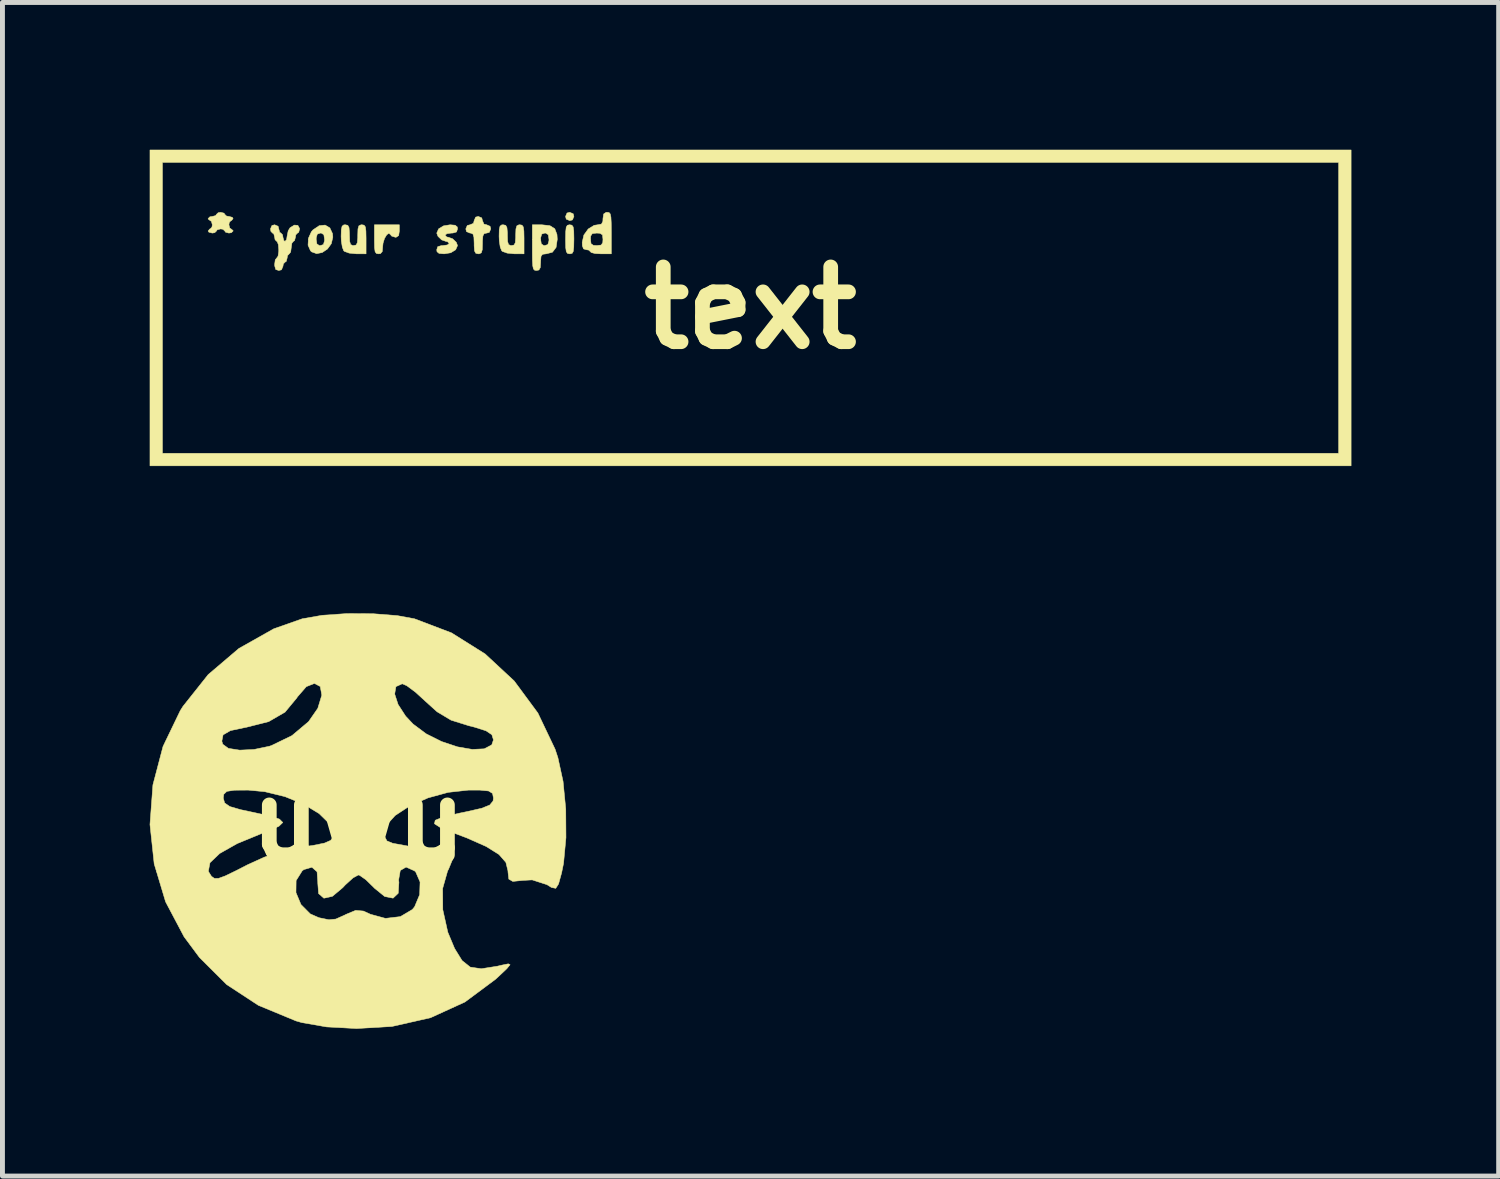
<source format=kicad_pcb>
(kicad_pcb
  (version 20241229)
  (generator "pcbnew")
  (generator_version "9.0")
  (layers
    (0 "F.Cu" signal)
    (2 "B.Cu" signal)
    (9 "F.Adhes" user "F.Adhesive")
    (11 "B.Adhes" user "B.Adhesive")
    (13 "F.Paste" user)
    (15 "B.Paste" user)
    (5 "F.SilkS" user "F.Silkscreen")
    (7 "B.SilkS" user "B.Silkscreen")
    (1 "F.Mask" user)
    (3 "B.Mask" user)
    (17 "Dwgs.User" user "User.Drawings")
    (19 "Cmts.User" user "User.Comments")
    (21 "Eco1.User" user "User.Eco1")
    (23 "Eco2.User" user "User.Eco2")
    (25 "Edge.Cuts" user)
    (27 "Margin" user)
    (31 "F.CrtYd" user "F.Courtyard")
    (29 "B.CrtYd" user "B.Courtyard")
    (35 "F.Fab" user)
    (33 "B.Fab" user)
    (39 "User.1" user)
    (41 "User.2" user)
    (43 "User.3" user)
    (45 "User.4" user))
  (footprint "uwu"
    (layer "F.Cu")
    (at 4.25 13.673)
    (property "Reference" "uwu" (at 0 0 0) (layer "F.SilkS") (effects (font (size 1.524 1.524) (thickness 0.3))))
    (attr through_hole)
    (fp_poly (pts (xy 0.3 -4.221) (xy 0.795 -4.182) (xy 1.143 -4.118) (xy 1.898 -3.831) (xy 2.582 -3.402) (xy 3.175 -2.851) (xy 3.657 -2.198) (xy 4.007 -1.463) (xy 4.065 -1.288) (xy 4.17 -0.806) (xy 4.225 -0.24) (xy 4.229 0.34) (xy 4.18 0.863) (xy 4.14 1.059) (xy 4.078 1.284) (xy 4.021 1.373) (xy 3.933 1.355) (xy 3.842 1.298) (xy 3.541 1.201) (xy 3.343 1.212) (xy 3.146 1.232) (xy 3.065 1.185) (xy 3.048 1.037) (xy 3.048 1.019) (xy 3.005 0.844) (xy 2.864 0.683) (xy 2.605 0.521) (xy 2.21 0.346) (xy 1.948 0.247) (xy 1.679 0.14) (xy 1.55 0.057) (xy 1.566 -0.014) (xy 1.735 -0.082) (xy 2.063 -0.159) (xy 2.214 -0.19) (xy 2.512 -0.258) (xy 2.677 -0.324) (xy 2.744 -0.406) (xy 2.752 -0.466) (xy 2.734 -0.56) (xy 2.654 -0.61) (xy 2.474 -0.628) (xy 2.244 -0.628) (xy 1.829 -0.582) (xy 1.42 -0.47) (xy 1.049 -0.307) (xy 0.751 -0.112) (xy 0.561 0.098) (xy 0.508 0.267) (xy 0.582 0.407) (xy 0.699 0.455) (xy 1.179 0.543) (xy 1.517 0.608) (xy 1.736 0.653) (xy 1.862 0.683) (xy 1.917 0.705) (xy 1.923 0.71) (xy 1.912 0.801) (xy 1.839 0.979) (xy 1.817 1.022) (xy 1.717 1.376) (xy 1.72 1.808) (xy 1.822 2.267) (xy 1.96 2.597) (xy 2.113 2.845) (xy 2.28 2.978) (xy 2.505 3.011) (xy 2.833 2.959) (xy 2.921 2.938) (xy 3.054 2.911) (xy 3.091 2.928) (xy 3.024 3.01) (xy 2.843 3.181) (xy 2.794 3.226) (xy 2.171 3.689) (xy 1.47 4.009) (xy 0.684 4.187) (xy -0.037 4.229) (xy -0.646 4.196) (xy -1.151 4.108) (xy -1.27 4.074) (xy -2.036 3.757) (xy -2.683 3.333) (xy -3.237 2.781) (xy -3.55 2.36) (xy -3.927 1.647) (xy -3.983 1.46) (xy -1.271 1.46) (xy -1.169 1.703) (xy -0.979 1.894) (xy -0.804 1.971) (xy -0.601 2.013) (xy -0.46 1.999) (xy -0.281 1.919) (xy -0.25 1.903) (xy -0.055 1.822) (xy 0.104 1.836) (xy 0.248 1.902) (xy 0.552 1.985) (xy 0.856 1.949) (xy 1.099 1.805) (xy 1.146 1.748) (xy 1.249 1.502) (xy 1.257 1.243) (xy 1.169 1.041) (xy 1.144 1.017) (xy 0.972 0.94) (xy 0.854 1.009) (xy 0.82 1.203) (xy 0.826 1.25) (xy 0.812 1.474) (xy 0.707 1.573) (xy 0.536 1.539) (xy 0.326 1.368) (xy 0.319 1.36) (xy 0.153 1.197) (xy 0.024 1.107) (xy 0 1.101) (xy -0.107 1.159) (xy -0.267 1.304) (xy -0.319 1.36) (xy -0.529 1.536) (xy -0.702 1.574) (xy -0.81 1.48) (xy -0.827 1.259) (xy -0.826 1.25) (xy -0.841 1.036) (xy -0.946 0.943) (xy -1.11 0.991) (xy -1.144 1.017) (xy -1.268 1.215) (xy -1.271 1.46) (xy -3.983 1.46) (xy -4.113 1.027) (xy -3.056 1.027) (xy -2.992 1.129) (xy -2.933 1.17) (xy -2.851 1.171) (xy -2.711 1.12) (xy -2.478 1.007) (xy -2.261 0.895) (xy -1.918 0.739) (xy -1.566 0.614) (xy -1.297 0.552) (xy -0.925 0.499) (xy -0.691 0.452) (xy -0.565 0.397) (xy -0.514 0.326) (xy -0.508 0.267) (xy -0.587 0.058) (xy -0.8 -0.15) (xy -1.113 -0.34) (xy -1.494 -0.495) (xy -1.907 -0.596) (xy -2.244 -0.628) (xy -2.527 -0.626) (xy -2.68 -0.602) (xy -2.742 -0.542) (xy -2.752 -0.466) (xy -2.724 -0.366) (xy -2.618 -0.293) (xy -2.397 -0.229) (xy -2.214 -0.19) (xy -1.83 -0.107) (xy -1.607 -0.037) (xy -1.539 0.032) (xy -1.619 0.109) (xy -1.84 0.207) (xy -1.948 0.247) (xy -2.466 0.46) (xy -2.825 0.663) (xy -3.023 0.852) (xy -3.056 1.027) (xy -4.113 1.027) (xy -4.159 0.876) (xy -4.245 0.073) (xy -4.185 -0.734) (xy -3.979 -1.517) (xy -3.927 -1.626) (xy -2.781 -1.626) (xy -2.762 -1.562) (xy -2.647 -1.478) (xy -2.418 -1.442) (xy -2.125 -1.456) (xy -1.814 -1.521) (xy -1.769 -1.536) (xy -1.353 -1.738) (xy -1.013 -2.024) (xy -0.826 -2.294) (xy -0.744 -2.564) (xy -0.748 -2.585) (xy 0.74 -2.585) (xy 0.809 -2.373) (xy 0.963 -2.135) (xy 1.114 -1.974) (xy 1.382 -1.774) (xy 1.696 -1.617) (xy 2.02 -1.509) (xy 2.321 -1.457) (xy 2.564 -1.469) (xy 2.717 -1.549) (xy 2.752 -1.651) (xy 2.72 -1.756) (xy 2.601 -1.836) (xy 2.361 -1.912) (xy 2.249 -1.94) (xy 1.888 -2.053) (xy 1.603 -2.224) (xy 1.379 -2.426) (xy 1.166 -2.621) (xy 0.986 -2.755) (xy 0.894 -2.794) (xy 0.765 -2.736) (xy 0.74 -2.585) (xy -0.748 -2.585) (xy -0.777 -2.739) (xy -0.894 -2.801) (xy -1.06 -2.736) (xy -1.242 -2.526) (xy -1.256 -2.503) (xy -1.494 -2.216) (xy -1.827 -2.023) (xy -2.286 -1.907) (xy -2.309 -1.903) (xy -2.606 -1.84) (xy -2.756 -1.753) (xy -2.781 -1.626) (xy -3.927 -1.626) (xy -3.627 -2.248) (xy -3.572 -2.335) (xy -3.059 -2.981) (xy -2.434 -3.513) (xy -1.723 -3.914) (xy -1.143 -4.118) (xy -0.737 -4.189) (xy -0.233 -4.224) (xy 0.3 -4.221)) (stroke (width 0.01) (type solid)) (fill yes) (layer "F.SilkS")))
  (footprint "text"
    (layer "F.Cu")
    (at 12.239 3.222)
    (property "Reference" "text" (at 0 0 0) (layer "F.SilkS") (effects (font (size 1.524 1.524) (thickness 0.3))))
    (attr through_hole)
    (fp_poly (pts (xy -3.612 -1.917) (xy -3.598 -1.863) (xy -3.628 -1.792) (xy -3.683 -1.778) (xy -3.754 -1.808) (xy -3.768 -1.863) (xy -3.738 -1.933) (xy -3.683 -1.947) (xy -3.612 -1.917)) (stroke (width 0.01) (type solid)) (fill yes) (layer "F.SilkS"))
    (fp_poly (pts (xy 12.234 3.217) (xy -12.234 3.217) (xy -12.234 -2.963) (xy -11.98 -2.963) (xy -11.98 2.963) (xy 11.98 2.963) (xy 11.98 -2.963) (xy -11.98 -2.963) (xy -12.234 -2.963) (xy -12.234 -3.217) (xy 12.234 -3.217) (xy 12.234 3.217)) (stroke (width 0.01) (type solid)) (fill yes) (layer "F.SilkS"))
    (fp_poly (pts (xy -3.639 -1.685) (xy -3.613 -1.649) (xy -3.601 -1.567) (xy -3.598 -1.421) (xy -3.598 -1.397) (xy -3.601 -1.241) (xy -3.611 -1.152) (xy -3.634 -1.111) (xy -3.676 -1.101) (xy -3.683 -1.101) (xy -3.727 -1.109) (xy -3.753 -1.145) (xy -3.765 -1.227) (xy -3.768 -1.373) (xy -3.768 -1.397) (xy -3.765 -1.553) (xy -3.755 -1.642) (xy -3.732 -1.683) (xy -3.69 -1.693) (xy -3.683 -1.693) (xy -3.639 -1.685)) (stroke (width 0.01) (type solid)) (fill yes) (layer "F.SilkS"))
    (fp_poly (pts (xy -7.154 -1.566) (xy -7.168 -1.473) (xy -7.218 -1.44) (xy -7.235 -1.439) (xy -7.311 -1.463) (xy -7.334 -1.492) (xy -7.367 -1.521) (xy -7.411 -1.489) (xy -7.456 -1.415) (xy -7.486 -1.318) (xy -7.493 -1.252) (xy -7.502 -1.148) (xy -7.538 -1.106) (xy -7.578 -1.101) (xy -7.622 -1.109) (xy -7.648 -1.145) (xy -7.659 -1.227) (xy -7.662 -1.373) (xy -7.662 -1.397) (xy -7.662 -1.693) (xy -7.154 -1.693) (xy -7.154 -1.566)) (stroke (width 0.01) (type solid)) (fill yes) (layer "F.SilkS"))
    (fp_poly (pts (xy -8.57 -1.63) (xy -8.515 -1.512) (xy -8.509 -1.44) (xy -8.54 -1.308) (xy -8.618 -1.2) (xy -8.725 -1.128) (xy -8.839 -1.105) (xy -8.942 -1.142) (xy -8.964 -1.164) (xy -9.014 -1.278) (xy -9.007 -1.397) (xy -8.848 -1.397) (xy -8.834 -1.304) (xy -8.785 -1.271) (xy -8.763 -1.27) (xy -8.701 -1.29) (xy -8.679 -1.364) (xy -8.678 -1.397) (xy -8.692 -1.49) (xy -8.741 -1.523) (xy -8.763 -1.524) (xy -8.825 -1.504) (xy -8.847 -1.43) (xy -8.848 -1.397) (xy -9.007 -1.397) (xy -9.006 -1.418) (xy -8.946 -1.551) (xy -8.913 -1.589) (xy -8.786 -1.675) (xy -8.666 -1.687) (xy -8.57 -1.63)) (stroke (width 0.01) (type solid)) (fill yes) (layer "F.SilkS"))
    (fp_poly (pts (xy -5.475 -1.833) (xy -5.461 -1.778) (xy -5.431 -1.707) (xy -5.376 -1.693) (xy -5.306 -1.663) (xy -5.292 -1.609) (xy -5.322 -1.538) (xy -5.376 -1.524) (xy -5.427 -1.513) (xy -5.452 -1.466) (xy -5.461 -1.361) (xy -5.461 -1.312) (xy -5.465 -1.185) (xy -5.484 -1.122) (xy -5.526 -1.102) (xy -5.546 -1.101) (xy -5.596 -1.112) (xy -5.622 -1.159) (xy -5.63 -1.263) (xy -5.63 -1.312) (xy -5.635 -1.439) (xy -5.654 -1.503) (xy -5.695 -1.523) (xy -5.715 -1.524) (xy -5.786 -1.554) (xy -5.8 -1.609) (xy -5.77 -1.679) (xy -5.715 -1.693) (xy -5.644 -1.723) (xy -5.63 -1.778) (xy -5.6 -1.849) (xy -5.546 -1.863) (xy -5.475 -1.833)) (stroke (width 0.01) (type solid)) (fill yes) (layer "F.SilkS"))
    (fp_poly (pts (xy -7.872 -1.685) (xy -7.846 -1.649) (xy -7.835 -1.567) (xy -7.832 -1.421) (xy -7.832 -1.397) (xy -7.832 -1.101) (xy -8.033 -1.102) (xy -8.176 -1.116) (xy -8.272 -1.151) (xy -8.287 -1.164) (xy -8.316 -1.238) (xy -8.336 -1.364) (xy -8.34 -1.459) (xy -8.336 -1.594) (xy -8.32 -1.665) (xy -8.285 -1.691) (xy -8.255 -1.693) (xy -8.204 -1.682) (xy -8.179 -1.635) (xy -8.171 -1.531) (xy -8.17 -1.482) (xy -8.166 -1.355) (xy -8.147 -1.291) (xy -8.105 -1.271) (xy -8.086 -1.27) (xy -8.035 -1.281) (xy -8.01 -1.328) (xy -8.001 -1.433) (xy -8.001 -1.482) (xy -7.997 -1.609) (xy -7.978 -1.672) (xy -7.936 -1.692) (xy -7.916 -1.693) (xy -7.872 -1.685)) (stroke (width 0.01) (type solid)) (fill yes) (layer "F.SilkS"))
    (fp_poly (pts (xy -4.655 -1.685) (xy -4.629 -1.649) (xy -4.617 -1.567) (xy -4.614 -1.421) (xy -4.614 -1.397) (xy -4.614 -1.101) (xy -4.815 -1.102) (xy -4.958 -1.116) (xy -5.055 -1.151) (xy -5.069 -1.164) (xy -5.099 -1.238) (xy -5.118 -1.364) (xy -5.122 -1.459) (xy -5.119 -1.594) (xy -5.103 -1.665) (xy -5.068 -1.691) (xy -5.038 -1.693) (xy -4.987 -1.682) (xy -4.962 -1.635) (xy -4.953 -1.531) (xy -4.953 -1.482) (xy -4.949 -1.355) (xy -4.93 -1.291) (xy -4.888 -1.271) (xy -4.868 -1.27) (xy -4.818 -1.281) (xy -4.792 -1.328) (xy -4.784 -1.433) (xy -4.784 -1.482) (xy -4.779 -1.609) (xy -4.76 -1.672) (xy -4.719 -1.692) (xy -4.699 -1.693) (xy -4.655 -1.685)) (stroke (width 0.01) (type solid)) (fill yes) (layer "F.SilkS"))
    (fp_poly (pts (xy -6.017 -1.684) (xy -5.974 -1.649) (xy -5.969 -1.609) (xy -5.989 -1.547) (xy -6.063 -1.525) (xy -6.096 -1.524) (xy -6.185 -1.512) (xy -6.223 -1.482) (xy -6.223 -1.482) (xy -6.189 -1.445) (xy -6.156 -1.439) (xy -6.069 -1.408) (xy -5.994 -1.336) (xy -5.969 -1.27) (xy -6.007 -1.184) (xy -6.107 -1.123) (xy -6.241 -1.101) (xy -6.345 -1.11) (xy -6.387 -1.145) (xy -6.392 -1.185) (xy -6.372 -1.247) (xy -6.298 -1.269) (xy -6.265 -1.27) (xy -6.176 -1.282) (xy -6.138 -1.312) (xy -6.138 -1.312) (xy -6.173 -1.349) (xy -6.205 -1.355) (xy -6.293 -1.386) (xy -6.367 -1.458) (xy -6.392 -1.524) (xy -6.354 -1.61) (xy -6.254 -1.671) (xy -6.12 -1.693) (xy -6.017 -1.684)) (stroke (width 0.01) (type solid)) (fill yes) (layer "F.SilkS"))
    (fp_poly (pts (xy -4.087 -1.675) (xy -3.988 -1.613) (xy -3.943 -1.495) (xy -3.937 -1.397) (xy -3.961 -1.232) (xy -4.036 -1.134) (xy -4.163 -1.101) (xy -4.167 -1.101) (xy -4.237 -1.092) (xy -4.268 -1.05) (xy -4.276 -0.95) (xy -4.276 -0.931) (xy -4.283 -0.821) (xy -4.311 -0.772) (xy -4.36 -0.762) (xy -4.397 -0.767) (xy -4.422 -0.793) (xy -4.436 -0.854) (xy -4.443 -0.965) (xy -4.445 -1.14) (xy -4.445 -1.228) (xy -4.445 -1.397) (xy -4.276 -1.397) (xy -4.262 -1.304) (xy -4.213 -1.271) (xy -4.191 -1.27) (xy -4.129 -1.29) (xy -4.107 -1.364) (xy -4.106 -1.397) (xy -4.12 -1.49) (xy -4.169 -1.523) (xy -4.191 -1.524) (xy -4.253 -1.504) (xy -4.275 -1.43) (xy -4.276 -1.397) (xy -4.445 -1.397) (xy -4.445 -1.693) (xy -4.251 -1.693) (xy -4.087 -1.675)) (stroke (width 0.01) (type solid)) (fill yes) (layer "F.SilkS"))
    (fp_poly (pts (xy -10.726 -1.93) (xy -10.71 -1.905) (xy -10.675 -1.871) (xy -10.626 -1.863) (xy -10.557 -1.845) (xy -10.541 -1.82) (xy -10.573 -1.779) (xy -10.583 -1.778) (xy -10.618 -1.743) (xy -10.626 -1.693) (xy -10.608 -1.625) (xy -10.583 -1.609) (xy -10.542 -1.576) (xy -10.541 -1.566) (xy -10.576 -1.532) (xy -10.626 -1.524) (xy -10.694 -1.542) (xy -10.71 -1.566) (xy -10.746 -1.601) (xy -10.795 -1.609) (xy -10.864 -1.591) (xy -10.88 -1.566) (xy -10.915 -1.532) (xy -10.964 -1.524) (xy -11.033 -1.542) (xy -11.049 -1.566) (xy -11.017 -1.607) (xy -11.007 -1.609) (xy -10.972 -1.644) (xy -10.964 -1.693) (xy -10.982 -1.762) (xy -11.007 -1.778) (xy -11.048 -1.81) (xy -11.049 -1.82) (xy -11.014 -1.855) (xy -10.964 -1.863) (xy -10.896 -1.88) (xy -10.88 -1.905) (xy -10.844 -1.939) (xy -10.795 -1.947) (xy -10.726 -1.93)) (stroke (width 0.01) (type solid)) (fill yes) (layer "F.SilkS"))
    (fp_poly (pts (xy -2.882 -1.942) (xy -2.858 -1.914) (xy -2.844 -1.849) (xy -2.838 -1.732) (xy -2.836 -1.547) (xy -2.836 -1.524) (xy -2.836 -1.101) (xy -3.048 -1.101) (xy -3.169 -1.108) (xy -3.245 -1.128) (xy -3.26 -1.143) (xy -3.295 -1.177) (xy -3.344 -1.185) (xy -3.402 -1.202) (xy -3.426 -1.266) (xy -3.429 -1.335) (xy -3.415 -1.397) (xy -3.26 -1.397) (xy -3.249 -1.307) (xy -3.2 -1.274) (xy -3.133 -1.27) (xy -3.043 -1.28) (xy -3.01 -1.33) (xy -3.006 -1.397) (xy -3.016 -1.487) (xy -3.066 -1.52) (xy -3.133 -1.524) (xy -3.223 -1.514) (xy -3.256 -1.464) (xy -3.26 -1.397) (xy -3.415 -1.397) (xy -3.395 -1.484) (xy -3.307 -1.607) (xy -3.186 -1.682) (xy -3.113 -1.693) (xy -3.037 -1.707) (xy -3.008 -1.764) (xy -3.006 -1.82) (xy -2.992 -1.913) (xy -2.943 -1.946) (xy -2.921 -1.947) (xy -2.882 -1.942)) (stroke (width 0.01) (type solid)) (fill yes) (layer "F.SilkS"))
    (fp_poly (pts (xy -9.624 -1.663) (xy -9.61 -1.609) (xy -9.592 -1.54) (xy -9.567 -1.524) (xy -9.533 -1.489) (xy -9.525 -1.439) (xy -9.507 -1.371) (xy -9.483 -1.355) (xy -9.451 -1.391) (xy -9.44 -1.464) (xy -9.418 -1.571) (xy -9.38 -1.633) (xy -9.293 -1.687) (xy -9.221 -1.681) (xy -9.187 -1.618) (xy -9.186 -1.609) (xy -9.204 -1.54) (xy -9.229 -1.524) (xy -9.263 -1.489) (xy -9.271 -1.439) (xy -9.289 -1.371) (xy -9.313 -1.355) (xy -9.343 -1.318) (xy -9.356 -1.229) (xy -9.356 -1.228) (xy -9.368 -1.138) (xy -9.397 -1.101) (xy -9.398 -1.101) (xy -9.432 -1.065) (xy -9.44 -1.016) (xy -9.458 -0.947) (xy -9.483 -0.931) (xy -9.517 -0.896) (xy -9.525 -0.847) (xy -9.555 -0.776) (xy -9.61 -0.762) (xy -9.672 -0.782) (xy -9.693 -0.856) (xy -9.694 -0.889) (xy -9.682 -0.978) (xy -9.653 -1.016) (xy -9.652 -1.016) (xy -9.625 -1.054) (xy -9.611 -1.147) (xy -9.61 -1.185) (xy -9.619 -1.291) (xy -9.643 -1.35) (xy -9.652 -1.355) (xy -9.686 -1.39) (xy -9.694 -1.439) (xy -9.712 -1.508) (xy -9.737 -1.524) (xy -9.771 -1.559) (xy -9.779 -1.609) (xy -9.749 -1.679) (xy -9.694 -1.693) (xy -9.624 -1.663)) (stroke (width 0.01) (type solid)) (fill yes) (layer "F.SilkS")))
  (gr_rect
    (start -3 -3)
    (end 27.479 20.907)
    (stroke (width 0.1) (type default))
    (fill no)
    (layer "Edge.Cuts")))
</source>
